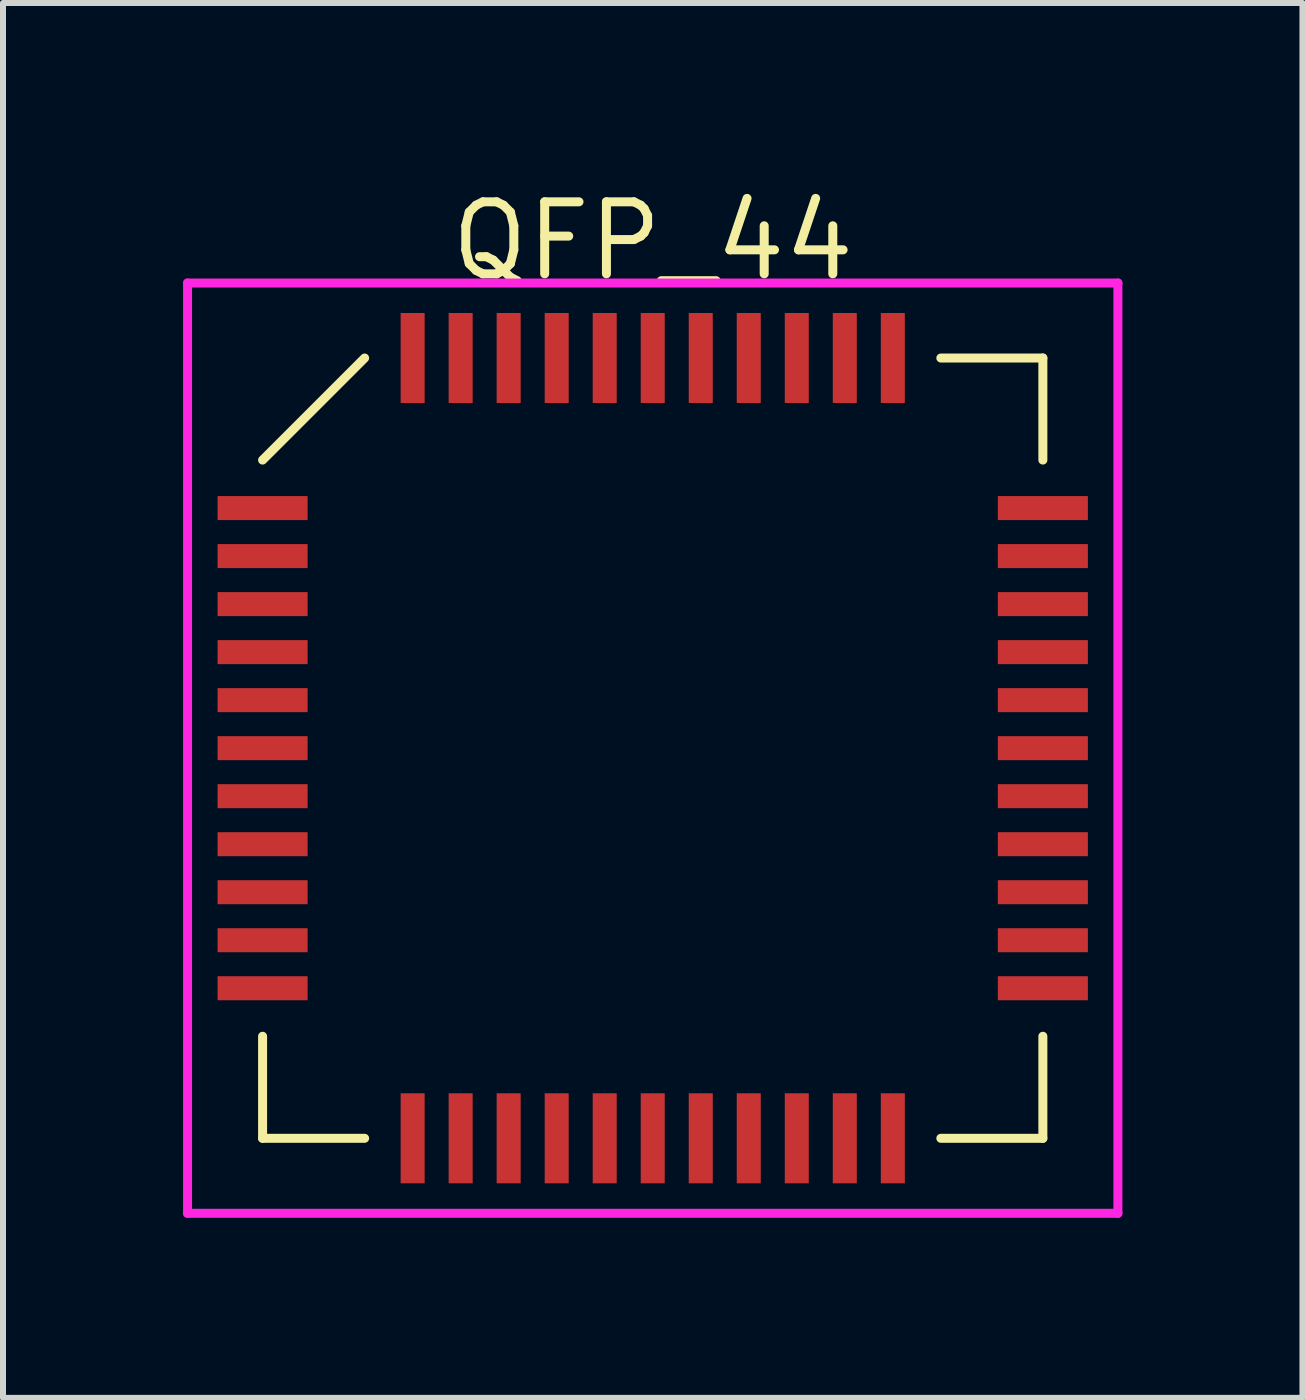
<source format=kicad_pcb>
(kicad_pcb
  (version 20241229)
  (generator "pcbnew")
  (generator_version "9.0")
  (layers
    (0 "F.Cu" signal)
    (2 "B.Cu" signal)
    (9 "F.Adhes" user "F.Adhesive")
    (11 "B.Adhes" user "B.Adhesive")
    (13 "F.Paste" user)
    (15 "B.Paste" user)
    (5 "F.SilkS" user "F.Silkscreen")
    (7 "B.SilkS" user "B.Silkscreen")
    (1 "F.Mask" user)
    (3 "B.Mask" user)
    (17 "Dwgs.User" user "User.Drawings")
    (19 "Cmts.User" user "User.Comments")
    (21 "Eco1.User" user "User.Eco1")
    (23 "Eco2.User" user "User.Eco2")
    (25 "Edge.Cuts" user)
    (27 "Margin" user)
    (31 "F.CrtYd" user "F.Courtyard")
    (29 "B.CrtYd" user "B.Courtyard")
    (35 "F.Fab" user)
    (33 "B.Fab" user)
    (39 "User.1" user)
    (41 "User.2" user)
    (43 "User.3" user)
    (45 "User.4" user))
  (footprint "QFP_44"
    (layer "F.Cu")
    (at 7.825 9.415)
    (property "Reference" "QFP_44" (at 0 -8.45 0) (layer "F.SilkS") (effects (font (size 1.2 1.2) (thickness 0.15))))
    (attr through_hole)
    (fp_line (start -6.5 -4.8) (end -4.8 -6.5) (stroke (width 0.15) (type solid)) (layer "F.SilkS"))
    (fp_line (start -6.5 6.5) (end -6.5 4.8) (stroke (width 0.15) (type solid)) (layer "F.SilkS"))
    (fp_line (start -4.8 6.5) (end -6.5 6.5) (stroke (width 0.15) (type solid)) (layer "F.SilkS"))
    (fp_line (start 4.8 -6.5) (end 6.5 -6.5) (stroke (width 0.15) (type solid)) (layer "F.SilkS"))
    (fp_line (start 4.8 6.5) (end 6.5 6.5) (stroke (width 0.15) (type solid)) (layer "F.SilkS"))
    (fp_line (start 6.5 -6.5) (end 6.5 -4.8) (stroke (width 0.15) (type solid)) (layer "F.SilkS"))
    (fp_line (start 6.5 6.5) (end 6.5 4.8) (stroke (width 0.15) (type solid)) (layer "F.SilkS"))
    (fp_line (start -7.75 -7.75) (end 7.75 -7.75) (stroke (width 0.15) (type solid)) (layer "F.CrtYd"))
    (fp_line (start -7.75 7.75) (end -7.75 -7.75) (stroke (width 0.15) (type solid)) (layer "F.CrtYd"))
    (fp_line (start 7.75 -7.75) (end 7.75 7.75) (stroke (width 0.15) (type solid)) (layer "F.CrtYd"))
    (fp_line (start 7.75 7.75) (end -7.75 7.75) (stroke (width 0.15) (type solid)) (layer "F.CrtYd"))
    (pad "1" smd rect (at -6.5 -4 90) (size 0.4 1.5) (layers "F.Cu" "F.Mask" "F.Paste"))
    (pad "2" smd rect (at -6.5 -3.2 90) (size 0.4 1.5) (layers "F.Cu" "F.Mask" "F.Paste"))
    (pad "3" smd rect (at -6.5 -2.4 90) (size 0.4 1.5) (layers "F.Cu" "F.Mask" "F.Paste"))
    (pad "4" smd rect (at -6.5 -1.6 90) (size 0.4 1.5) (layers "F.Cu" "F.Mask" "F.Paste"))
    (pad "5" smd rect (at -6.5 -0.8 90) (size 0.4 1.5) (layers "F.Cu" "F.Mask" "F.Paste"))
    (pad "6" smd rect (at -6.5 0 90) (size 0.4 1.5) (layers "F.Cu" "F.Mask" "F.Paste"))
    (pad "7" smd rect (at -6.5 0.8 90) (size 0.4 1.5) (layers "F.Cu" "F.Mask" "F.Paste"))
    (pad "8" smd rect (at -6.5 1.6 90) (size 0.4 1.5) (layers "F.Cu" "F.Mask" "F.Paste"))
    (pad "9" smd rect (at -6.5 2.4 90) (size 0.4 1.5) (layers "F.Cu" "F.Mask" "F.Paste"))
    (pad "10" smd rect (at -6.5 3.2 90) (size 0.4 1.5) (layers "F.Cu" "F.Mask" "F.Paste"))
    (pad "11" smd rect (at -6.5 4 90) (size 0.4 1.5) (layers "F.Cu" "F.Mask" "F.Paste"))
    (pad "12" smd rect (at -4 6.5) (size 0.4 1.5) (layers "F.Cu" "F.Mask" "F.Paste"))
    (pad "13" smd rect (at -3.2 6.5) (size 0.4 1.5) (layers "F.Cu" "F.Mask" "F.Paste"))
    (pad "14" smd rect (at -2.4 6.5) (size 0.4 1.5) (layers "F.Cu" "F.Mask" "F.Paste"))
    (pad "15" smd rect (at -1.6 6.5) (size 0.4 1.5) (layers "F.Cu" "F.Mask" "F.Paste"))
    (pad "16" smd rect (at -0.8 6.5) (size 0.4 1.5) (layers "F.Cu" "F.Mask" "F.Paste"))
    (pad "17" smd rect (at 0 6.5) (size 0.4 1.5) (layers "F.Cu" "F.Mask" "F.Paste"))
    (pad "18" smd rect (at 0.8 6.5) (size 0.4 1.5) (layers "F.Cu" "F.Mask" "F.Paste"))
    (pad "19" smd rect (at 1.6 6.5) (size 0.4 1.5) (layers "F.Cu" "F.Mask" "F.Paste"))
    (pad "20" smd rect (at 2.4 6.5) (size 0.4 1.5) (layers "F.Cu" "F.Mask" "F.Paste"))
    (pad "21" smd rect (at 3.2 6.5) (size 0.4 1.5) (layers "F.Cu" "F.Mask" "F.Paste"))
    (pad "22" smd rect (at 4 6.5) (size 0.4 1.5) (layers "F.Cu" "F.Mask" "F.Paste"))
    (pad "23" smd rect (at 6.5 4 90) (size 0.4 1.5) (layers "F.Cu" "F.Mask" "F.Paste"))
    (pad "24" smd rect (at 6.5 3.2 90) (size 0.4 1.5) (layers "F.Cu" "F.Mask" "F.Paste"))
    (pad "25" smd rect (at 6.5 2.4 90) (size 0.4 1.5) (layers "F.Cu" "F.Mask" "F.Paste"))
    (pad "26" smd rect (at 6.5 1.6 90) (size 0.4 1.5) (layers "F.Cu" "F.Mask" "F.Paste"))
    (pad "27" smd rect (at 6.5 0.8 90) (size 0.4 1.5) (layers "F.Cu" "F.Mask" "F.Paste"))
    (pad "28" smd rect (at 6.5 0 90) (size 0.4 1.5) (layers "F.Cu" "F.Mask" "F.Paste"))
    (pad "29" smd rect (at 6.5 -0.8 90) (size 0.4 1.5) (layers "F.Cu" "F.Mask" "F.Paste"))
    (pad "30" smd rect (at 6.5 -1.6 90) (size 0.4 1.5) (layers "F.Cu" "F.Mask" "F.Paste"))
    (pad "31" smd rect (at 6.5 -2.4 90) (size 0.4 1.5) (layers "F.Cu" "F.Mask" "F.Paste"))
    (pad "32" smd rect (at 6.5 -3.2 90) (size 0.4 1.5) (layers "F.Cu" "F.Mask" "F.Paste"))
    (pad "33" smd rect (at 6.5 -4 90) (size 0.4 1.5) (layers "F.Cu" "F.Mask" "F.Paste"))
    (pad "34" smd rect (at 4 -6.5) (size 0.4 1.5) (layers "F.Cu" "F.Mask" "F.Paste"))
    (pad "35" smd rect (at 3.2 -6.5) (size 0.4 1.5) (layers "F.Cu" "F.Mask" "F.Paste"))
    (pad "36" smd rect (at 2.4 -6.5) (size 0.4 1.5) (layers "F.Cu" "F.Mask" "F.Paste"))
    (pad "37" smd rect (at 1.6 -6.5) (size 0.4 1.5) (layers "F.Cu" "F.Mask" "F.Paste"))
    (pad "38" smd rect (at 0.8 -6.5) (size 0.4 1.5) (layers "F.Cu" "F.Mask" "F.Paste"))
    (pad "39" smd rect (at 0 -6.5) (size 0.4 1.5) (layers "F.Cu" "F.Mask" "F.Paste"))
    (pad "40" smd rect (at -0.8 -6.5) (size 0.4 1.5) (layers "F.Cu" "F.Mask" "F.Paste"))
    (pad "41" smd rect (at -1.6 -6.5) (size 0.4 1.5) (layers "F.Cu" "F.Mask" "F.Paste"))
    (pad "42" smd rect (at -2.4 -6.5) (size 0.4 1.5) (layers "F.Cu" "F.Mask" "F.Paste"))
    (pad "43" smd rect (at -3.2 -6.5) (size 0.4 1.5) (layers "F.Cu" "F.Mask" "F.Paste"))
    (pad "44" smd rect (at -4 -6.5) (size 0.4 1.5) (layers "F.Cu" "F.Mask" "F.Paste")))
  (gr_rect
    (start -3 -3)
    (end 18.65 20.24)
    (stroke (width 0.1) (type default))
    (fill no)
    (layer "Edge.Cuts")))
</source>
